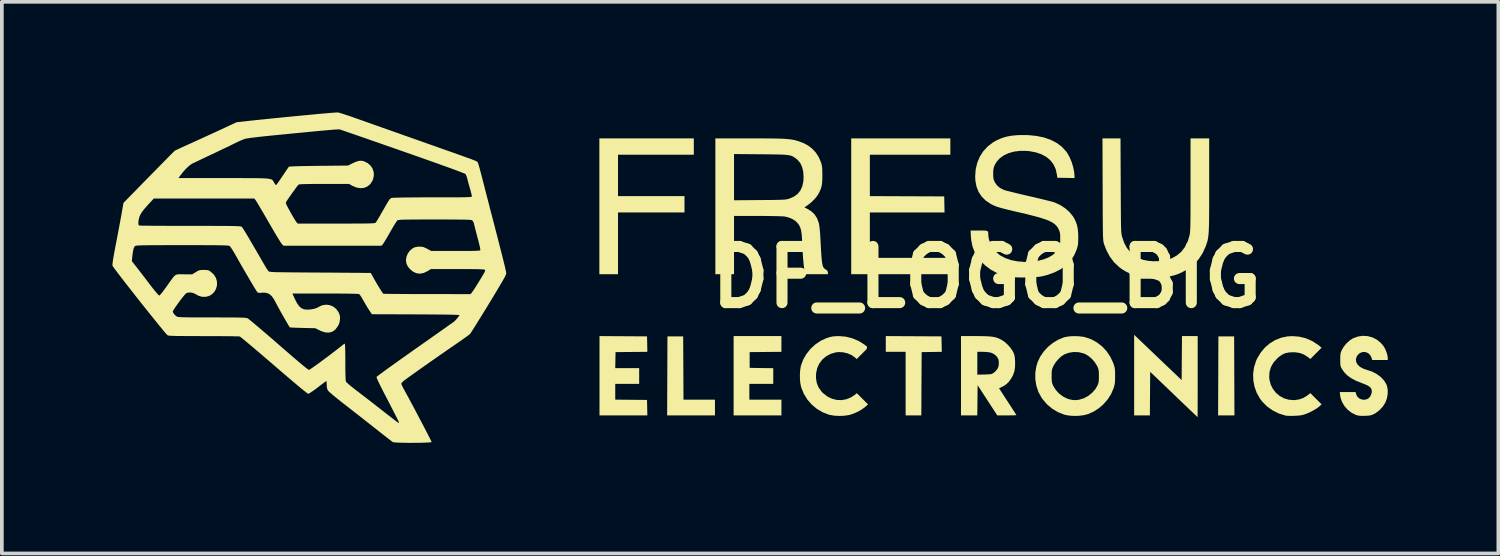
<source format=kicad_pcb>
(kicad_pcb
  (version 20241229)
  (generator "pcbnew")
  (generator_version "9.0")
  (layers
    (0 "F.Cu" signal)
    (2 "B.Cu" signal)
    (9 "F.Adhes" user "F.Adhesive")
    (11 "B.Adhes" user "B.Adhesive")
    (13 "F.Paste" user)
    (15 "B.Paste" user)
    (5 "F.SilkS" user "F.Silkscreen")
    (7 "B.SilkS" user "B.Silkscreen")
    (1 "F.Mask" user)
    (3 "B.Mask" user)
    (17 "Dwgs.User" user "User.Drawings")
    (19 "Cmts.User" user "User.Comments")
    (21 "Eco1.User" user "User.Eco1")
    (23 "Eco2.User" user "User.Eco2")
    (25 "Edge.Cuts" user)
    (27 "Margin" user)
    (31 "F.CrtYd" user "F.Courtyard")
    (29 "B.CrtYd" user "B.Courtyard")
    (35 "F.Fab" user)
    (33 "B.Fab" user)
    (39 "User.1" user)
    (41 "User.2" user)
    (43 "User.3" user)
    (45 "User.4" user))
  (footprint "DF_LOGO_BIG"
    (layer "F.Cu")
    (at 23.715 4.47)
    (property "Reference" "DF_LOGO_BIG" (at 0 0 0) (layer "F.SilkS") (effects (font (size 1.524 1.524) (thickness 0.3))))
    (attr board_only exclude_from_pos_files exclude_from_bom)
    (fp_poly (pts (xy 6.718 2.677) (xy 6.722 3.748) (xy 6.279 3.748) (xy 6.287 1.605) (xy 6.714 1.605)) (stroke (width 0) (type solid)) (fill yes) (layer "F.SilkS"))
    (fp_poly (pts (xy -8.224 3.321) (xy -7.37 3.321) (xy -7.37 3.748) (xy -8.667 3.748) (xy -8.663 2.677) (xy -8.659 1.605) (xy -8.232 1.605)) (stroke (width 0) (type solid)) (fill yes) (layer "F.SilkS"))
    (fp_poly (pts (xy -7.944 -3.323) (xy -10 -3.323) (xy -10 -2.2) (xy -8.197 -2.2) (xy -8.197 -1.757) (xy -10 -1.757) (xy -10 -0.081) (xy -10.506 -0.081) (xy -10.506 -3.766) (xy -7.944 -3.766)) (stroke (width 0) (type solid)) (fill yes) (layer "F.SilkS"))
    (fp_poly (pts (xy -1.981 1.601) (xy -1.226 1.605) (xy -1.221 1.814) (xy -1.217 2.024) (xy -1.763 2.032) (xy -1.768 2.89) (xy -1.772 3.748) (xy -2.198 3.748) (xy -2.198 2.024) (xy -2.736 2.024) (xy -2.736 1.597)) (stroke (width 0) (type solid)) (fill yes) (layer "F.SilkS"))
    (fp_poly (pts (xy -0.985 -3.323) (xy -3.168 -3.323) (xy -3.168 -2.2) (xy -1.151 -2.192) (xy -1.147 -1.975) (xy -1.142 -1.757) (xy -3.168 -1.757) (xy -3.168 -0.524) (xy -0.953 -0.524) (xy -0.953 -0.081) (xy -3.674 -0.081) (xy -3.674 -3.766) (xy -0.985 -3.766)) (stroke (width 0) (type solid)) (fill yes) (layer "F.SilkS"))
    (fp_poly (pts (xy -5.567 2.024) (xy -5.998 2.028) (xy -6.429 2.032) (xy -6.429 2.459) (xy -6.109 2.464) (xy -5.789 2.468) (xy -5.789 2.894) (xy -6.437 2.894) (xy -6.437 3.321) (xy -5.567 3.321) (xy -5.567 3.748) (xy -6.864 3.748) (xy -6.864 1.597) (xy -5.567 1.597)) (stroke (width 0) (type solid)) (fill yes) (layer "F.SilkS"))
    (fp_poly (pts (xy -9.857 1.601) (xy -9.213 1.605) (xy -9.208 1.815) (xy -9.204 2.024) (xy -9.635 2.028) (xy -10.067 2.032) (xy -10.071 2.25) (xy -10.075 2.467) (xy -9.426 2.467) (xy -9.426 2.894) (xy -10.075 2.894) (xy -10.075 3.321) (xy -9.644 3.325) (xy -9.213 3.329) (xy -9.204 3.748) (xy -10.502 3.748) (xy -10.502 1.597)) (stroke (width 0) (type solid)) (fill yes) (layer "F.SilkS"))
    (fp_poly (pts (xy 4.298 1.845) (xy 4.393 1.936) (xy 4.504 2.042) (xy 4.624 2.156) (xy 4.745 2.272) (xy 4.861 2.383) (xy 4.942 2.46) (xy 5.29 2.791) (xy 5.294 2.194) (xy 5.299 1.597) (xy 5.725 1.597) (xy 5.725 2.697) (xy 5.725 2.88) (xy 5.725 3.054) (xy 5.725 3.215) (xy 5.724 3.362) (xy 5.724 3.492) (xy 5.724 3.602) (xy 5.723 3.689) (xy 5.722 3.752) (xy 5.722 3.788) (xy 5.721 3.795) (xy 5.71 3.784) (xy 5.677 3.753) (xy 5.626 3.704) (xy 5.558 3.64) (xy 5.475 3.561) (xy 5.38 3.47) (xy 5.274 3.369) (xy 5.16 3.26) (xy 5.077 3.18) (xy 4.436 2.566) (xy 4.432 3.157) (xy 4.428 3.748) (xy 4.001 3.748) (xy 4.001 1.562)) (stroke (width 0) (type solid)) (fill yes) (layer "F.SilkS"))
    (fp_poly (pts (xy 8.477 1.612) (xy 8.655 1.655) (xy 8.824 1.728) (xy 8.985 1.83) (xy 9.039 1.873) (xy 9.086 1.912) (xy 8.934 2.065) (xy 8.781 2.218) (xy 8.707 2.161) (xy 8.606 2.097) (xy 8.501 2.057) (xy 8.383 2.038) (xy 8.311 2.035) (xy 8.192 2.042) (xy 8.093 2.064) (xy 8.004 2.107) (xy 7.916 2.172) (xy 7.882 2.203) (xy 7.782 2.314) (xy 7.713 2.434) (xy 7.674 2.563) (xy 7.665 2.702) (xy 7.672 2.779) (xy 7.706 2.912) (xy 7.766 3.032) (xy 7.848 3.136) (xy 7.95 3.222) (xy 8.066 3.285) (xy 8.194 3.323) (xy 8.33 3.334) (xy 8.367 3.332) (xy 8.485 3.313) (xy 8.586 3.277) (xy 8.682 3.22) (xy 8.697 3.209) (xy 8.782 3.144) (xy 9.086 3.45) (xy 9.015 3.513) (xy 8.949 3.562) (xy 8.862 3.614) (xy 8.765 3.664) (xy 8.668 3.706) (xy 8.58 3.735) (xy 8.555 3.741) (xy 8.498 3.75) (xy 8.423 3.756) (xy 8.338 3.76) (xy 8.254 3.762) (xy 8.178 3.76) (xy 8.122 3.756) (xy 8.106 3.753) (xy 7.924 3.696) (xy 7.757 3.613) (xy 7.608 3.507) (xy 7.48 3.379) (xy 7.417 3.297) (xy 7.328 3.141) (xy 7.267 2.973) (xy 7.234 2.799) (xy 7.229 2.622) (xy 7.253 2.446) (xy 7.306 2.276) (xy 7.337 2.206) (xy 7.433 2.047) (xy 7.549 1.908) (xy 7.683 1.793) (xy 7.832 1.703) (xy 7.993 1.64) (xy 8.165 1.605) (xy 8.286 1.598)) (stroke (width 0) (type solid)) (fill yes) (layer "F.SilkS"))
    (fp_poly (pts (xy -3.824 1.612) (xy -3.641 1.658) (xy -3.467 1.733) (xy -3.358 1.8) (xy -3.3 1.839) (xy -3.261 1.87) (xy -3.243 1.896) (xy -3.245 1.924) (xy -3.267 1.959) (xy -3.311 2.006) (xy -3.373 2.068) (xy -3.526 2.221) (xy -3.57 2.18) (xy -3.659 2.115) (xy -3.768 2.067) (xy -3.887 2.038) (xy -4.008 2.03) (xy -4.09 2.038) (xy -4.23 2.079) (xy -4.353 2.145) (xy -4.456 2.232) (xy -4.538 2.339) (xy -4.595 2.462) (xy -4.626 2.599) (xy -4.63 2.732) (xy -4.609 2.867) (xy -4.562 2.985) (xy -4.488 3.092) (xy -4.437 3.146) (xy -4.322 3.235) (xy -4.197 3.296) (xy -4.066 3.329) (xy -3.934 3.334) (xy -3.803 3.311) (xy -3.677 3.258) (xy -3.583 3.196) (xy -3.521 3.146) (xy -3.37 3.298) (xy -3.218 3.45) (xy -3.297 3.52) (xy -3.38 3.582) (xy -3.482 3.642) (xy -3.593 3.693) (xy -3.701 3.73) (xy -3.741 3.74) (xy -3.865 3.758) (xy -4 3.763) (xy -4.132 3.756) (xy -4.251 3.736) (xy -4.286 3.727) (xy -4.455 3.661) (xy -4.609 3.569) (xy -4.747 3.453) (xy -4.865 3.317) (xy -4.959 3.164) (xy -5.027 2.996) (xy -5.038 2.957) (xy -5.056 2.864) (xy -5.065 2.752) (xy -5.066 2.632) (xy -5.058 2.518) (xy -5.042 2.42) (xy -5.039 2.404) (xy -4.979 2.24) (xy -4.891 2.086) (xy -4.78 1.946) (xy -4.65 1.825) (xy -4.504 1.727) (xy -4.46 1.705) (xy -4.351 1.656) (xy -4.256 1.624) (xy -4.162 1.605) (xy -4.058 1.598) (xy -4.016 1.597)) (stroke (width 0) (type solid)) (fill yes) (layer "F.SilkS"))
    (fp_poly (pts (xy -0.15 1.598) (xy -0.029 1.601) (xy 0.069 1.606) (xy 0.15 1.614) (xy 0.217 1.626) (xy 0.277 1.642) (xy 0.333 1.664) (xy 0.39 1.691) (xy 0.399 1.696) (xy 0.48 1.749) (xy 0.563 1.822) (xy 0.639 1.906) (xy 0.699 1.991) (xy 0.723 2.035) (xy 0.744 2.087) (xy 0.758 2.139) (xy 0.766 2.202) (xy 0.772 2.286) (xy 0.772 2.29) (xy 0.771 2.428) (xy 0.754 2.546) (xy 0.718 2.652) (xy 0.665 2.748) (xy 0.602 2.835) (xy 0.538 2.899) (xy 0.466 2.949) (xy 0.423 2.971) (xy 0.336 3.013) (xy 0.571 3.374) (xy 0.633 3.469) (xy 0.689 3.555) (xy 0.736 3.629) (xy 0.773 3.687) (xy 0.797 3.726) (xy 0.807 3.742) (xy 0.807 3.742) (xy 0.792 3.744) (xy 0.75 3.746) (xy 0.688 3.747) (xy 0.609 3.748) (xy 0.547 3.748) (xy 0.288 3.748) (xy -0.245 2.93) (xy -0.249 3.339) (xy -0.254 3.748) (xy -0.696 3.748) (xy -0.696 2.643) (xy -0.253 2.643) (xy -0.075 2.64) (xy 0.001 2.638) (xy 0.068 2.633) (xy 0.119 2.628) (xy 0.142 2.622) (xy 0.193 2.593) (xy 0.246 2.545) (xy 0.29 2.491) (xy 0.31 2.456) (xy 0.327 2.39) (xy 0.331 2.312) (xy 0.322 2.239) (xy 0.315 2.219) (xy 0.275 2.152) (xy 0.213 2.094) (xy 0.138 2.054) (xy 0.12 2.048) (xy 0.064 2.036) (xy -0.011 2.028) (xy -0.092 2.024) (xy -0.106 2.024) (xy -0.253 2.024) (xy -0.253 2.643) (xy -0.696 2.643) (xy -0.696 1.597) (xy -0.298 1.597)) (stroke (width 0) (type solid)) (fill yes) (layer "F.SilkS"))
    (fp_poly (pts (xy 10.336 1.598) (xy 10.466 1.633) (xy 10.587 1.695) (xy 10.693 1.782) (xy 10.771 1.875) (xy 10.808 1.94) (xy 10.841 2.019) (xy 10.867 2.099) (xy 10.88 2.169) (xy 10.881 2.19) (xy 10.881 2.246) (xy 10.457 2.246) (xy 10.446 2.199) (xy 10.417 2.131) (xy 10.365 2.073) (xy 10.327 2.048) (xy 10.254 2.027) (xy 10.181 2.033) (xy 10.113 2.066) (xy 10.057 2.122) (xy 10.038 2.155) (xy 10.016 2.23) (xy 10.025 2.302) (xy 10.061 2.369) (xy 10.123 2.428) (xy 10.209 2.478) (xy 10.316 2.515) (xy 10.322 2.517) (xy 10.458 2.562) (xy 10.582 2.627) (xy 10.69 2.707) (xy 10.778 2.799) (xy 10.84 2.899) (xy 10.859 2.945) (xy 10.88 3.052) (xy 10.879 3.171) (xy 10.857 3.29) (xy 10.818 3.395) (xy 10.748 3.508) (xy 10.656 3.607) (xy 10.551 3.687) (xy 10.507 3.711) (xy 10.458 3.733) (xy 10.413 3.747) (xy 10.36 3.755) (xy 10.291 3.759) (xy 10.257 3.76) (xy 10.168 3.761) (xy 10.102 3.756) (xy 10.047 3.745) (xy 10.018 3.736) (xy 9.902 3.679) (xy 9.797 3.598) (xy 9.709 3.499) (xy 9.642 3.386) (xy 9.599 3.265) (xy 9.589 3.203) (xy 9.58 3.116) (xy 10.008 3.116) (xy 10.019 3.159) (xy 10.049 3.231) (xy 10.101 3.283) (xy 10.143 3.306) (xy 10.224 3.326) (xy 10.303 3.314) (xy 10.356 3.288) (xy 10.396 3.248) (xy 10.428 3.19) (xy 10.447 3.127) (xy 10.448 3.077) (xy 10.436 3.033) (xy 10.415 2.997) (xy 10.382 2.966) (xy 10.332 2.936) (xy 10.259 2.904) (xy 10.174 2.871) (xy 10.02 2.809) (xy 9.895 2.743) (xy 9.792 2.671) (xy 9.709 2.589) (xy 9.641 2.495) (xy 9.635 2.484) (xy 9.616 2.449) (xy 9.603 2.417) (xy 9.596 2.379) (xy 9.593 2.327) (xy 9.592 2.253) (xy 9.592 2.238) (xy 9.593 2.157) (xy 9.596 2.1) (xy 9.604 2.055) (xy 9.617 2.015) (xy 9.635 1.973) (xy 9.689 1.882) (xy 9.763 1.793) (xy 9.848 1.716) (xy 9.934 1.66) (xy 9.934 1.66) (xy 10.066 1.61) (xy 10.201 1.59)) (stroke (width 0) (type solid)) (fill yes) (layer "F.SilkS"))
    (fp_poly (pts (xy 2.502 1.602) (xy 2.623 1.617) (xy 2.679 1.629) (xy 2.844 1.687) (xy 2.998 1.773) (xy 3.138 1.883) (xy 3.259 2.014) (xy 3.359 2.165) (xy 3.435 2.33) (xy 3.442 2.349) (xy 3.46 2.406) (xy 3.473 2.455) (xy 3.48 2.507) (xy 3.484 2.568) (xy 3.485 2.65) (xy 3.485 2.681) (xy 3.484 2.772) (xy 3.481 2.841) (xy 3.474 2.897) (xy 3.462 2.95) (xy 3.445 3.008) (xy 3.443 3.013) (xy 3.377 3.167) (xy 3.286 3.311) (xy 3.173 3.441) (xy 3.044 3.554) (xy 2.902 3.646) (xy 2.751 3.712) (xy 2.649 3.74) (xy 2.524 3.758) (xy 2.389 3.763) (xy 2.256 3.756) (xy 2.137 3.736) (xy 2.103 3.727) (xy 1.934 3.66) (xy 1.777 3.566) (xy 1.636 3.447) (xy 1.515 3.305) (xy 1.484 3.26) (xy 1.402 3.107) (xy 1.347 2.941) (xy 1.32 2.767) (xy 1.32 2.68) (xy 1.763 2.68) (xy 1.764 2.761) (xy 1.768 2.819) (xy 1.775 2.863) (xy 1.788 2.904) (xy 1.806 2.946) (xy 1.875 3.058) (xy 1.967 3.158) (xy 2.076 3.239) (xy 2.195 3.297) (xy 2.254 3.315) (xy 2.338 3.331) (xy 2.413 3.334) (xy 2.497 3.325) (xy 2.516 3.321) (xy 2.639 3.283) (xy 2.757 3.219) (xy 2.862 3.135) (xy 2.95 3.035) (xy 3.002 2.946) (xy 3.021 2.902) (xy 3.034 2.862) (xy 3.041 2.817) (xy 3.044 2.758) (xy 3.045 2.68) (xy 3.044 2.602) (xy 3.041 2.546) (xy 3.034 2.503) (xy 3.022 2.463) (xy 3.001 2.419) (xy 2.993 2.401) (xy 2.933 2.305) (xy 2.855 2.215) (xy 2.765 2.138) (xy 2.672 2.083) (xy 2.646 2.072) (xy 2.509 2.035) (xy 2.368 2.028) (xy 2.23 2.049) (xy 2.103 2.096) (xy 2.026 2.147) (xy 1.948 2.219) (xy 1.876 2.304) (xy 1.82 2.392) (xy 1.814 2.404) (xy 1.792 2.451) (xy 1.777 2.491) (xy 1.769 2.532) (xy 1.765 2.583) (xy 1.763 2.654) (xy 1.763 2.68) (xy 1.32 2.68) (xy 1.32 2.59) (xy 1.349 2.415) (xy 1.384 2.299) (xy 1.454 2.153) (xy 1.549 2.015) (xy 1.664 1.89) (xy 1.795 1.783) (xy 1.937 1.697) (xy 2.084 1.636) (xy 2.137 1.622) (xy 2.246 1.604) (xy 2.372 1.598)) (stroke (width 0) (type solid)) (fill yes) (layer "F.SilkS"))
    (fp_poly (pts (xy 3.637 -2.489) (xy 3.638 -2.258) (xy 3.639 -2.056) (xy 3.64 -1.881) (xy 3.641 -1.732) (xy 3.642 -1.605) (xy 3.643 -1.499) (xy 3.645 -1.411) (xy 3.647 -1.339) (xy 3.649 -1.28) (xy 3.652 -1.233) (xy 3.656 -1.196) (xy 3.659 -1.166) (xy 3.664 -1.14) (xy 3.669 -1.117) (xy 3.675 -1.095) (xy 3.676 -1.09) (xy 3.73 -0.933) (xy 3.799 -0.802) (xy 3.885 -0.692) (xy 3.99 -0.599) (xy 4.035 -0.568) (xy 4.141 -0.51) (xy 4.256 -0.469) (xy 4.387 -0.444) (xy 4.511 -0.433) (xy 4.702 -0.436) (xy 4.875 -0.464) (xy 5.031 -0.517) (xy 5.167 -0.595) (xy 5.284 -0.695) (xy 5.379 -0.819) (xy 5.453 -0.964) (xy 5.503 -1.131) (xy 5.506 -1.144) (xy 5.511 -1.17) (xy 5.515 -1.201) (xy 5.518 -1.239) (xy 5.521 -1.287) (xy 5.524 -1.347) (xy 5.526 -1.42) (xy 5.527 -1.51) (xy 5.529 -1.618) (xy 5.53 -1.746) (xy 5.53 -1.897) (xy 5.531 -2.073) (xy 5.531 -2.276) (xy 5.531 -2.509) (xy 5.531 -3.766) (xy 6.037 -3.766) (xy 6.037 -2.503) (xy 6.037 -2.259) (xy 6.037 -2.046) (xy 6.036 -1.859) (xy 6.035 -1.697) (xy 6.034 -1.557) (xy 6.032 -1.437) (xy 6.029 -1.336) (xy 6.025 -1.249) (xy 6.02 -1.176) (xy 6.014 -1.114) (xy 6.006 -1.061) (xy 5.997 -1.014) (xy 5.987 -0.97) (xy 5.974 -0.929) (xy 5.96 -0.887) (xy 5.944 -0.842) (xy 5.943 -0.838) (xy 5.86 -0.655) (xy 5.754 -0.492) (xy 5.625 -0.351) (xy 5.472 -0.231) (xy 5.299 -0.133) (xy 5.195 -0.088) (xy 5.095 -0.053) (xy 4.991 -0.028) (xy 4.877 -0.01) (xy 4.745 0.001) (xy 4.59 0.007) (xy 4.477 0.009) (xy 4.388 0.008) (xy 4.318 0.005) (xy 4.259 -0.001) (xy 4.204 -0.01) (xy 4.179 -0.015) (xy 4.022 -0.055) (xy 3.888 -0.101) (xy 3.771 -0.156) (xy 3.663 -0.223) (xy 3.593 -0.276) (xy 3.458 -0.404) (xy 3.343 -0.556) (xy 3.249 -0.731) (xy 3.186 -0.895) (xy 3.18 -0.915) (xy 3.175 -0.934) (xy 3.17 -0.956) (xy 3.166 -0.981) (xy 3.163 -1.012) (xy 3.16 -1.051) (xy 3.157 -1.101) (xy 3.155 -1.163) (xy 3.154 -1.24) (xy 3.152 -1.333) (xy 3.151 -1.445) (xy 3.15 -1.577) (xy 3.149 -1.733) (xy 3.148 -1.914) (xy 3.148 -2.122) (xy 3.147 -2.359) (xy 3.147 -2.386) (xy 3.142 -3.766) (xy 3.631 -3.766)) (stroke (width 0) (type solid)) (fill yes) (layer "F.SilkS"))
    (fp_poly (pts (xy -6.43 -3.766) (xy -6.213 -3.765) (xy -6.025 -3.765) (xy -5.863 -3.764) (xy -5.724 -3.762) (xy -5.606 -3.759) (xy -5.506 -3.755) (xy -5.421 -3.749) (xy -5.349 -3.742) (xy -5.286 -3.734) (xy -5.23 -3.723) (xy -5.178 -3.711) (xy -5.127 -3.697) (xy -5.077 -3.68) (xy -4.95 -3.63) (xy -4.843 -3.571) (xy -4.744 -3.495) (xy -4.726 -3.479) (xy -4.631 -3.377) (xy -4.556 -3.26) (xy -4.499 -3.129) (xy -4.483 -3.082) (xy -4.472 -3.039) (xy -4.465 -2.994) (xy -4.46 -2.939) (xy -4.458 -2.868) (xy -4.457 -2.772) (xy -4.457 -2.769) (xy -4.458 -2.656) (xy -4.463 -2.566) (xy -4.473 -2.492) (xy -4.489 -2.426) (xy -4.514 -2.36) (xy -4.548 -2.286) (xy -4.553 -2.277) (xy -4.601 -2.201) (xy -4.668 -2.119) (xy -4.748 -2.04) (xy -4.832 -1.971) (xy -4.849 -1.959) (xy -4.944 -1.895) (xy -4.866 -1.856) (xy -4.754 -1.786) (xy -4.667 -1.703) (xy -4.602 -1.602) (xy -4.555 -1.477) (xy -4.552 -1.463) (xy -4.543 -1.417) (xy -4.533 -1.345) (xy -4.524 -1.256) (xy -4.516 -1.156) (xy -4.511 -1.069) (xy -4.501 -0.89) (xy -4.493 -0.74) (xy -4.485 -0.616) (xy -4.477 -0.515) (xy -4.469 -0.434) (xy -4.46 -0.371) (xy -4.45 -0.323) (xy -4.438 -0.287) (xy -4.424 -0.26) (xy -4.406 -0.24) (xy -4.386 -0.223) (xy -4.362 -0.207) (xy -4.36 -0.206) (xy -4.322 -0.176) (xy -4.307 -0.142) (xy -4.306 -0.127) (xy -4.306 -0.081) (xy -4.921 -0.081) (xy -4.937 -0.156) (xy -4.952 -0.245) (xy -4.966 -0.363) (xy -4.979 -0.508) (xy -4.99 -0.677) (xy -5 -0.868) (xy -5.001 -0.895) (xy -5.008 -1.029) (xy -5.015 -1.136) (xy -5.025 -1.221) (xy -5.038 -1.289) (xy -5.055 -1.344) (xy -5.077 -1.392) (xy -5.105 -1.438) (xy -5.12 -1.459) (xy -5.187 -1.526) (xy -5.278 -1.583) (xy -5.386 -1.625) (xy -5.477 -1.646) (xy -5.516 -1.65) (xy -5.583 -1.653) (xy -5.673 -1.656) (xy -5.783 -1.658) (xy -5.909 -1.66) (xy -6.046 -1.662) (xy -6.192 -1.662) (xy -6.216 -1.662) (xy -6.853 -1.662) (xy -6.853 -0.081) (xy -7.359 -0.081) (xy -7.359 -3.341) (xy -6.853 -3.341) (xy -6.853 -2.087) (xy -6.153 -2.093) (xy -5.985 -2.094) (xy -5.846 -2.095) (xy -5.732 -2.097) (xy -5.641 -2.099) (xy -5.568 -2.101) (xy -5.511 -2.104) (xy -5.466 -2.107) (xy -5.431 -2.112) (xy -5.402 -2.118) (xy -5.376 -2.124) (xy -5.349 -2.133) (xy -5.347 -2.134) (xy -5.224 -2.188) (xy -5.125 -2.262) (xy -5.051 -2.355) (xy -5 -2.469) (xy -4.972 -2.604) (xy -4.966 -2.714) (xy -4.976 -2.865) (xy -5.007 -2.993) (xy -5.058 -3.1) (xy -5.132 -3.186) (xy -5.172 -3.219) (xy -5.206 -3.243) (xy -5.238 -3.264) (xy -5.269 -3.281) (xy -5.304 -3.295) (xy -5.346 -3.306) (xy -5.396 -3.314) (xy -5.459 -3.321) (xy -5.537 -3.326) (xy -5.634 -3.329) (xy -5.752 -3.331) (xy -5.895 -3.333) (xy -6.065 -3.335) (xy -6.129 -3.335) (xy -6.853 -3.341) (xy -7.359 -3.341) (xy -7.359 -3.766)) (stroke (width 0) (type solid)) (fill yes) (layer "F.SilkS"))
    (fp_poly (pts (xy 1.125 -3.855) (xy 1.348 -3.833) (xy 1.552 -3.791) (xy 1.735 -3.728) (xy 1.896 -3.645) (xy 2.034 -3.543) (xy 2.149 -3.422) (xy 2.187 -3.369) (xy 2.251 -3.255) (xy 2.306 -3.124) (xy 2.348 -2.985) (xy 2.375 -2.85) (xy 2.384 -2.741) (xy 2.384 -2.689) (xy 2.15 -2.694) (xy 1.917 -2.698) (xy 1.906 -2.785) (xy 1.873 -2.931) (xy 1.814 -3.059) (xy 1.73 -3.17) (xy 1.622 -3.262) (xy 1.489 -3.334) (xy 1.334 -3.387) (xy 1.157 -3.42) (xy 1.076 -3.427) (xy 0.904 -3.428) (xy 0.743 -3.407) (xy 0.597 -3.366) (xy 0.468 -3.306) (xy 0.359 -3.229) (xy 0.273 -3.135) (xy 0.223 -3.05) (xy 0.2 -2.995) (xy 0.187 -2.946) (xy 0.18 -2.891) (xy 0.178 -2.817) (xy 0.178 -2.809) (xy 0.179 -2.735) (xy 0.184 -2.681) (xy 0.195 -2.636) (xy 0.215 -2.59) (xy 0.221 -2.578) (xy 0.279 -2.492) (xy 0.362 -2.422) (xy 0.469 -2.368) (xy 0.5 -2.358) (xy 0.558 -2.342) (xy 0.639 -2.322) (xy 0.74 -2.297) (xy 0.856 -2.268) (xy 0.985 -2.238) (xy 1.121 -2.206) (xy 1.153 -2.199) (xy 1.291 -2.167) (xy 1.422 -2.136) (xy 1.542 -2.107) (xy 1.648 -2.081) (xy 1.736 -2.059) (xy 1.801 -2.041) (xy 1.84 -2.03) (xy 1.844 -2.028) (xy 1.993 -1.959) (xy 2.128 -1.872) (xy 2.244 -1.77) (xy 2.337 -1.658) (xy 2.378 -1.591) (xy 2.423 -1.496) (xy 2.454 -1.403) (xy 2.473 -1.302) (xy 2.483 -1.185) (xy 2.485 -1.085) (xy 2.484 -0.994) (xy 2.481 -0.925) (xy 2.474 -0.87) (xy 2.462 -0.818) (xy 2.445 -0.761) (xy 2.442 -0.752) (xy 2.373 -0.591) (xy 2.278 -0.449) (xy 2.157 -0.325) (xy 2.011 -0.218) (xy 1.838 -0.13) (xy 1.639 -0.059) (xy 1.506 -0.025) (xy 1.433 -0.013) (xy 1.336 -0.004) (xy 1.223 0.003) (xy 1.101 0.007) (xy 0.977 0.008) (xy 0.858 0.006) (xy 0.754 0.001) (xy 0.67 -0.007) (xy 0.657 -0.009) (xy 0.452 -0.054) (xy 0.269 -0.12) (xy 0.106 -0.209) (xy -0.042 -0.321) (xy -0.126 -0.402) (xy -0.241 -0.541) (xy -0.327 -0.685) (xy -0.386 -0.841) (xy -0.419 -1.012) (xy -0.427 -1.105) (xy -0.436 -1.267) (xy -0.206 -1.267) (xy -0.112 -1.267) (xy -0.046 -1.265) (xy -0.002 -1.259) (xy 0.025 -1.248) (xy 0.038 -1.229) (xy 0.043 -1.2) (xy 0.043 -1.16) (xy 0.043 -1.159) (xy 0.058 -1.04) (xy 0.099 -0.919) (xy 0.163 -0.802) (xy 0.246 -0.697) (xy 0.343 -0.609) (xy 0.376 -0.586) (xy 0.512 -0.516) (xy 0.668 -0.463) (xy 0.838 -0.43) (xy 1.017 -0.415) (xy 1.198 -0.418) (xy 1.375 -0.441) (xy 1.544 -0.484) (xy 1.666 -0.531) (xy 1.782 -0.596) (xy 1.872 -0.673) (xy 1.939 -0.764) (xy 1.952 -0.79) (xy 1.972 -0.834) (xy 1.985 -0.874) (xy 1.993 -0.918) (xy 1.996 -0.977) (xy 1.996 -1.045) (xy 1.995 -1.123) (xy 1.992 -1.179) (xy 1.984 -1.222) (xy 1.97 -1.262) (xy 1.951 -1.304) (xy 1.923 -1.354) (xy 1.888 -1.4) (xy 1.845 -1.441) (xy 1.791 -1.48) (xy 1.723 -1.516) (xy 1.639 -1.552) (xy 1.537 -1.588) (xy 1.413 -1.626) (xy 1.266 -1.665) (xy 1.093 -1.709) (xy 0.891 -1.756) (xy 0.887 -1.757) (xy 0.728 -1.794) (xy 0.596 -1.826) (xy 0.488 -1.853) (xy 0.4 -1.876) (xy 0.328 -1.897) (xy 0.269 -1.916) (xy 0.219 -1.935) (xy 0.174 -1.955) (xy 0.13 -1.978) (xy 0.106 -1.991) (xy -0.028 -2.081) (xy -0.137 -2.19) (xy -0.22 -2.317) (xy -0.276 -2.461) (xy -0.306 -2.623) (xy -0.311 -2.738) (xy -0.297 -2.929) (xy -0.254 -3.107) (xy -0.185 -3.271) (xy -0.09 -3.419) (xy 0.03 -3.548) (xy 0.173 -3.658) (xy 0.276 -3.716) (xy 0.404 -3.772) (xy 0.537 -3.813) (xy 0.682 -3.84) (xy 0.848 -3.854) (xy 0.884 -3.856)) (stroke (width 0) (type solid)) (fill yes) (layer "F.SilkS"))
    (fp_poly (pts (xy -17.603 -4.47) (xy -17.57 -4.463) (xy -17.512 -4.446) (xy -17.433 -4.421) (xy -17.337 -4.39) (xy -17.23 -4.354) (xy -17.115 -4.313) (xy -17.081 -4.301) (xy -16.996 -4.271) (xy -16.884 -4.231) (xy -16.748 -4.183) (xy -16.593 -4.128) (xy -16.42 -4.067) (xy -16.234 -4.001) (xy -16.037 -3.932) (xy -15.833 -3.859) (xy -15.625 -3.786) (xy -15.416 -3.712) (xy -15.317 -3.677) (xy -15.073 -3.591) (xy -14.857 -3.514) (xy -14.667 -3.447) (xy -14.501 -3.389) (xy -14.359 -3.338) (xy -14.237 -3.295) (xy -14.136 -3.258) (xy -14.051 -3.228) (xy -13.983 -3.203) (xy -13.929 -3.182) (xy -13.888 -3.166) (xy -13.857 -3.153) (xy -13.836 -3.142) (xy -13.822 -3.134) (xy -13.813 -3.127) (xy -13.808 -3.121) (xy -13.806 -3.115) (xy -13.804 -3.109) (xy -13.801 -3.103) (xy -13.791 -3.074) (xy -13.774 -3.021) (xy -13.753 -2.948) (xy -13.73 -2.861) (xy -13.705 -2.768) (xy -13.683 -2.683) (xy -13.655 -2.574) (xy -13.622 -2.445) (xy -13.586 -2.304) (xy -13.547 -2.154) (xy -13.508 -2.003) (xy -13.475 -1.874) (xy -13.404 -1.602) (xy -13.341 -1.358) (xy -13.285 -1.142) (xy -13.236 -0.952) (xy -13.194 -0.786) (xy -13.157 -0.643) (xy -13.126 -0.52) (xy -13.101 -0.417) (xy -13.08 -0.332) (xy -13.063 -0.263) (xy -13.051 -0.208) (xy -13.042 -0.166) (xy -13.036 -0.136) (xy -13.033 -0.115) (xy -13.032 -0.105) (xy -13.035 -0.088) (xy -13.045 -0.062) (xy -13.062 -0.025) (xy -13.089 0.026) (xy -13.125 0.091) (xy -13.173 0.173) (xy -13.233 0.274) (xy -13.306 0.396) (xy -13.393 0.541) (xy -13.497 0.711) (xy -13.508 0.73) (xy -13.596 0.874) (xy -13.68 1.01) (xy -13.758 1.136) (xy -13.829 1.25) (xy -13.891 1.349) (xy -13.943 1.431) (xy -13.982 1.492) (xy -14.009 1.531) (xy -14.018 1.544) (xy -14.04 1.561) (xy -14.084 1.594) (xy -14.147 1.639) (xy -14.225 1.694) (xy -14.315 1.757) (xy -14.413 1.825) (xy -14.44 1.843) (xy -14.559 1.926) (xy -14.687 2.014) (xy -14.821 2.107) (xy -14.957 2.202) (xy -15.093 2.297) (xy -15.226 2.39) (xy -15.352 2.48) (xy -15.469 2.563) (xy -15.574 2.637) (xy -15.664 2.702) (xy -15.737 2.754) (xy -15.788 2.792) (xy -15.812 2.81) (xy -15.849 2.845) (xy -15.874 2.876) (xy -15.879 2.89) (xy -15.872 2.913) (xy -15.851 2.957) (xy -15.822 3.016) (xy -15.785 3.083) (xy -15.784 3.085) (xy -15.741 3.164) (xy -15.689 3.258) (xy -15.632 3.365) (xy -15.569 3.482) (xy -15.504 3.604) (xy -15.438 3.73) (xy -15.372 3.855) (xy -15.307 3.977) (xy -15.247 4.093) (xy -15.192 4.199) (xy -15.144 4.292) (xy -15.105 4.368) (xy -15.077 4.426) (xy -15.06 4.461) (xy -15.057 4.47) (xy -15.072 4.476) (xy -15.114 4.481) (xy -15.179 4.485) (xy -15.262 4.488) (xy -15.359 4.491) (xy -15.465 4.492) (xy -15.576 4.493) (xy -15.687 4.493) (xy -15.794 4.491) (xy -15.892 4.489) (xy -15.977 4.486) (xy -16.045 4.482) (xy -16.09 4.477) (xy -16.108 4.473) (xy -16.128 4.459) (xy -16.169 4.427) (xy -16.229 4.382) (xy -16.303 4.323) (xy -16.39 4.256) (xy -16.485 4.181) (xy -16.543 4.135) (xy -16.661 4.042) (xy -16.796 3.936) (xy -16.942 3.821) (xy -17.091 3.705) (xy -17.235 3.592) (xy -17.368 3.489) (xy -17.397 3.466) (xy -17.53 3.362) (xy -17.642 3.272) (xy -17.735 3.196) (xy -17.805 3.136) (xy -17.852 3.092) (xy -17.875 3.065) (xy -17.876 3.064) (xy -17.896 3.001) (xy -17.903 2.914) (xy -17.903 2.914) (xy -17.905 2.863) (xy -17.908 2.827) (xy -17.912 2.815) (xy -17.926 2.824) (xy -17.962 2.85) (xy -18.014 2.889) (xy -18.079 2.938) (xy -18.145 2.989) (xy -18.219 3.045) (xy -18.287 3.093) (xy -18.344 3.131) (xy -18.384 3.155) (xy -18.403 3.163) (xy -18.422 3.152) (xy -18.464 3.121) (xy -18.528 3.07) (xy -18.615 3) (xy -18.723 2.91) (xy -18.851 2.802) (xy -19 2.675) (xy -19.168 2.531) (xy -19.331 2.39) (xy -19.476 2.265) (xy -19.614 2.147) (xy -19.745 2.035) (xy -19.865 1.933) (xy -19.973 1.842) (xy -20.067 1.764) (xy -20.145 1.699) (xy -20.204 1.651) (xy -20.244 1.62) (xy -20.262 1.608) (xy -20.262 1.608) (xy -20.285 1.606) (xy -20.336 1.604) (xy -20.412 1.603) (xy -20.512 1.601) (xy -20.632 1.6) (xy -20.769 1.599) (xy -20.92 1.598) (xy -21.082 1.598) (xy -21.237 1.598) (xy -21.438 1.597) (xy -21.61 1.597) (xy -21.755 1.596) (xy -21.875 1.595) (xy -21.972 1.594) (xy -22.05 1.592) (xy -22.11 1.59) (xy -22.155 1.587) (xy -22.187 1.583) (xy -22.208 1.579) (xy -22.219 1.575) (xy -22.236 1.559) (xy -22.271 1.52) (xy -22.321 1.461) (xy -22.384 1.384) (xy -22.46 1.292) (xy -22.545 1.187) (xy -22.639 1.071) (xy -22.738 0.947) (xy -22.841 0.818) (xy -22.947 0.685) (xy -23.053 0.551) (xy -23.157 0.418) (xy -23.258 0.289) (xy -23.354 0.167) (xy -23.442 0.053) (xy -23.521 -0.05) (xy -23.589 -0.139) (xy -23.644 -0.213) (xy -23.684 -0.268) (xy -23.708 -0.303) (xy -23.713 -0.313) (xy -23.715 -0.336) (xy -23.711 -0.38) (xy -23.704 -0.435) (xy -23.188 -0.435) (xy -23.057 -0.269) (xy -23.008 -0.206) (xy -22.945 -0.124) (xy -22.872 -0.03) (xy -22.796 0.07) (xy -22.721 0.168) (xy -22.699 0.198) (xy -22.633 0.283) (xy -22.573 0.358) (xy -22.521 0.421) (xy -22.48 0.467) (xy -22.454 0.493) (xy -22.446 0.498) (xy -22.429 0.486) (xy -22.397 0.451) (xy -22.353 0.397) (xy -22.301 0.327) (xy -22.242 0.246) (xy -22.241 0.245) (xy -22.172 0.146) (xy -22.117 0.07) (xy -22.075 0.013) (xy -22.04 -0.028) (xy -22.008 -0.055) (xy -21.976 -0.071) (xy -21.939 -0.078) (xy -21.894 -0.08) (xy -21.836 -0.08) (xy -21.775 -0.079) (xy -21.55 -0.079) (xy -21.454 -0.138) (xy -21.402 -0.169) (xy -21.361 -0.187) (xy -21.318 -0.195) (xy -21.26 -0.198) (xy -21.238 -0.198) (xy -21.173 -0.196) (xy -21.128 -0.191) (xy -21.093 -0.178) (xy -21.055 -0.154) (xy -21.049 -0.15) (xy -20.966 -0.074) (xy -20.909 0.015) (xy -20.88 0.113) (xy -20.878 0.215) (xy -20.905 0.316) (xy -20.942 0.385) (xy -21.008 0.458) (xy -21.09 0.508) (xy -21.183 0.532) (xy -21.282 0.531) (xy -21.381 0.503) (xy -21.465 0.456) (xy -21.527 0.427) (xy -21.6 0.414) (xy -21.671 0.419) (xy -21.71 0.432) (xy -21.732 0.452) (xy -21.767 0.491) (xy -21.812 0.546) (xy -21.863 0.612) (xy -21.915 0.682) (xy -21.966 0.753) (xy -22.012 0.818) (xy -22.048 0.874) (xy -22.072 0.914) (xy -22.079 0.933) (xy -22.068 0.963) (xy -22.04 1.002) (xy -22.003 1.041) (xy -21.967 1.068) (xy -21.965 1.069) (xy -21.951 1.074) (xy -21.927 1.078) (xy -21.892 1.081) (xy -21.842 1.084) (xy -21.776 1.087) (xy -21.692 1.088) (xy -21.586 1.09) (xy -21.456 1.09) (xy -21.301 1.091) (xy -21.118 1.091) (xy -21.01 1.091) (xy -20.815 1.091) (xy -20.648 1.092) (xy -20.509 1.092) (xy -20.393 1.093) (xy -20.299 1.094) (xy -20.224 1.096) (xy -20.166 1.098) (xy -20.122 1.101) (xy -20.09 1.105) (xy -20.067 1.109) (xy -20.051 1.114) (xy -20.046 1.116) (xy -20.025 1.131) (xy -19.982 1.165) (xy -19.92 1.216) (xy -19.841 1.282) (xy -19.746 1.362) (xy -19.639 1.454) (xy -19.52 1.555) (xy -19.392 1.665) (xy -19.258 1.782) (xy -19.205 1.828) (xy -19.024 1.985) (xy -18.866 2.122) (xy -18.729 2.239) (xy -18.615 2.336) (xy -18.523 2.412) (xy -18.454 2.467) (xy -18.408 2.501) (xy -18.385 2.515) (xy -18.383 2.515) (xy -18.365 2.505) (xy -18.324 2.479) (xy -18.266 2.439) (xy -18.193 2.387) (xy -18.108 2.326) (xy -18.016 2.258) (xy -17.919 2.186) (xy -17.82 2.112) (xy -17.725 2.039) (xy -17.635 1.97) (xy -17.554 1.907) (xy -17.486 1.852) (xy -17.471 1.84) (xy -17.438 1.816) (xy -17.414 1.803) (xy -17.412 1.803) (xy -17.408 1.818) (xy -17.404 1.862) (xy -17.402 1.932) (xy -17.399 2.026) (xy -17.398 2.139) (xy -17.397 2.27) (xy -17.397 2.3) (xy -17.397 2.464) (xy -17.395 2.598) (xy -17.392 2.703) (xy -17.388 2.779) (xy -17.383 2.823) (xy -17.38 2.834) (xy -17.363 2.853) (xy -17.324 2.889) (xy -17.268 2.937) (xy -17.196 2.995) (xy -17.113 3.06) (xy -17.036 3.119) (xy -16.93 3.2) (xy -16.808 3.294) (xy -16.676 3.396) (xy -16.544 3.499) (xy -16.418 3.597) (xy -16.338 3.66) (xy -16.244 3.733) (xy -16.158 3.8) (xy -16.083 3.857) (xy -16.022 3.904) (xy -15.979 3.936) (xy -15.956 3.951) (xy -15.954 3.953) (xy -15.943 3.942) (xy -15.942 3.936) (xy -15.949 3.918) (xy -15.97 3.876) (xy -16.002 3.811) (xy -16.044 3.728) (xy -16.095 3.628) (xy -16.153 3.516) (xy -16.216 3.393) (xy -16.252 3.324) (xy -16.333 3.169) (xy -16.399 3.04) (xy -16.452 2.934) (xy -16.493 2.851) (xy -16.522 2.788) (xy -16.54 2.744) (xy -16.549 2.716) (xy -16.549 2.703) (xy -16.534 2.69) (xy -16.495 2.66) (xy -16.434 2.615) (xy -16.354 2.556) (xy -16.255 2.484) (xy -16.141 2.402) (xy -16.012 2.31) (xy -15.871 2.209) (xy -15.721 2.103) (xy -15.562 1.991) (xy -15.509 1.953) (xy -15.347 1.839) (xy -15.193 1.731) (xy -15.047 1.628) (xy -14.913 1.534) (xy -14.791 1.448) (xy -14.685 1.373) (xy -14.596 1.31) (xy -14.526 1.261) (xy -14.477 1.226) (xy -14.451 1.208) (xy -14.448 1.206) (xy -14.421 1.18) (xy -14.385 1.141) (xy -14.348 1.097) (xy -14.317 1.057) (xy -14.301 1.03) (xy -14.3 1.028) (xy -14.315 1.025) (xy -14.36 1.022) (xy -14.437 1.019) (xy -14.544 1.016) (xy -14.68 1.014) (xy -14.846 1.012) (xy -15.041 1.011) (xy -15.265 1.009) (xy -15.486 1.008) (xy -16.678 1.004) (xy -16.746 0.901) (xy -16.783 0.843) (xy -16.829 0.768) (xy -16.876 0.688) (xy -16.903 0.641) (xy -16.94 0.575) (xy -16.974 0.52) (xy -17.001 0.48) (xy -17.015 0.463) (xy -17.028 0.458) (xy -17.054 0.454) (xy -17.097 0.451) (xy -17.159 0.449) (xy -17.241 0.447) (xy -17.345 0.445) (xy -17.473 0.444) (xy -17.628 0.443) (xy -17.812 0.443) (xy -17.937 0.443) (xy -18.834 0.443) (xy -18.763 0.597) (xy -18.708 0.705) (xy -18.653 0.784) (xy -18.593 0.838) (xy -18.524 0.869) (xy -18.441 0.88) (xy -18.34 0.874) (xy -18.322 0.872) (xy -18.236 0.855) (xy -18.168 0.832) (xy -18.117 0.804) (xy -18.02 0.76) (xy -17.919 0.745) (xy -17.82 0.757) (xy -17.728 0.795) (xy -17.648 0.858) (xy -17.585 0.944) (xy -17.578 0.958) (xy -17.554 1.013) (xy -17.543 1.058) (xy -17.541 1.111) (xy -17.544 1.148) (xy -17.554 1.221) (xy -17.575 1.283) (xy -17.608 1.341) (xy -17.674 1.425) (xy -17.752 1.479) (xy -17.841 1.503) (xy -17.941 1.497) (xy -18.052 1.462) (xy -18.093 1.443) (xy -18.212 1.384) (xy -18.554 1.376) (xy -18.655 1.373) (xy -18.745 1.37) (xy -18.819 1.367) (xy -18.872 1.364) (xy -18.901 1.361) (xy -18.904 1.36) (xy -18.919 1.338) (xy -18.946 1.293) (xy -18.982 1.231) (xy -19.026 1.155) (xy -19.074 1.072) (xy -19.123 0.985) (xy -19.171 0.9) (xy -19.214 0.821) (xy -19.25 0.754) (xy -19.277 0.704) (xy -19.281 0.696) (xy -19.339 0.59) (xy -19.396 0.511) (xy -19.456 0.459) (xy -19.522 0.428) (xy -19.599 0.418) (xy -19.666 0.421) (xy -19.722 0.425) (xy -19.756 0.422) (xy -19.779 0.41) (xy -19.788 0.401) (xy -19.803 0.379) (xy -19.832 0.333) (xy -19.873 0.267) (xy -19.923 0.183) (xy -19.981 0.085) (xy -20.044 -0.023) (xy -20.111 -0.138) (xy -20.18 -0.257) (xy -20.248 -0.375) (xy -20.314 -0.491) (xy -20.37 -0.59) (xy -20.415 -0.669) (xy -20.458 -0.739) (xy -20.495 -0.796) (xy -20.522 -0.834) (xy -20.534 -0.847) (xy -20.544 -0.851) (xy -20.561 -0.855) (xy -20.587 -0.858) (xy -20.625 -0.861) (xy -20.676 -0.863) (xy -20.743 -0.865) (xy -20.827 -0.866) (xy -20.93 -0.868) (xy -21.055 -0.869) (xy -21.204 -0.869) (xy -21.378 -0.87) (xy -21.58 -0.87) (xy -21.811 -0.87) (xy -21.82 -0.87) (xy -22.049 -0.87) (xy -22.248 -0.87) (xy -22.42 -0.869) (xy -22.567 -0.869) (xy -22.691 -0.868) (xy -22.793 -0.867) (xy -22.877 -0.866) (xy -22.943 -0.864) (xy -22.995 -0.862) (xy -23.034 -0.86) (xy -23.062 -0.857) (xy -23.081 -0.853) (xy -23.095 -0.849) (xy -23.103 -0.844) (xy -23.106 -0.842) (xy -23.125 -0.817) (xy -23.142 -0.774) (xy -23.156 -0.709) (xy -23.169 -0.619) (xy -23.18 -0.522) (xy -23.188 -0.435) (xy -23.704 -0.435) (xy -23.703 -0.446) (xy -23.688 -0.536) (xy -23.668 -0.651) (xy -23.641 -0.795) (xy -23.624 -0.886) (xy -23.596 -1.029) (xy -23.568 -1.177) (xy -23.54 -1.324) (xy -23.516 -1.456) (xy -23.012 -1.456) (xy -23.009 -1.425) (xy -22.999 -1.41) (xy -22.978 -1.402) (xy -22.978 -1.402) (xy -22.957 -1.401) (xy -22.906 -1.399) (xy -22.829 -1.398) (xy -22.727 -1.397) (xy -22.603 -1.395) (xy -22.46 -1.394) (xy -22.298 -1.394) (xy -22.122 -1.393) (xy -21.933 -1.392) (xy -21.734 -1.392) (xy -21.585 -1.392) (xy -21.347 -1.392) (xy -21.138 -1.392) (xy -20.957 -1.392) (xy -20.802 -1.391) (xy -20.67 -1.391) (xy -20.559 -1.39) (xy -20.468 -1.389) (xy -20.395 -1.387) (xy -20.337 -1.386) (xy -20.293 -1.383) (xy -20.261 -1.381) (xy -20.237 -1.378) (xy -20.222 -1.374) (xy -20.211 -1.369) (xy -20.204 -1.365) (xy -20.201 -1.361) (xy -20.183 -1.337) (xy -20.151 -1.287) (xy -20.106 -1.213) (xy -20.049 -1.119) (xy -19.982 -1.006) (xy -19.906 -0.876) (xy -19.822 -0.732) (xy -19.732 -0.576) (xy -19.678 -0.482) (xy -19.627 -0.395) (xy -19.58 -0.315) (xy -19.539 -0.247) (xy -19.507 -0.197) (xy -19.486 -0.169) (xy -19.484 -0.166) (xy -19.478 -0.161) (xy -19.47 -0.156) (xy -19.458 -0.151) (xy -19.44 -0.148) (xy -19.414 -0.145) (xy -19.378 -0.142) (xy -19.33 -0.139) (xy -19.269 -0.137) (xy -19.191 -0.136) (xy -19.095 -0.134) (xy -18.98 -0.133) (xy -18.842 -0.131) (xy -18.68 -0.13) (xy -18.493 -0.129) (xy -18.277 -0.127) (xy -18.081 -0.126) (xy -17.876 -0.125) (xy -17.679 -0.124) (xy -17.495 -0.122) (xy -17.324 -0.121) (xy -17.169 -0.12) (xy -17.033 -0.119) (xy -16.917 -0.117) (xy -16.825 -0.116) (xy -16.757 -0.116) (xy -16.717 -0.115) (xy -16.706 -0.114) (xy -16.698 -0.1) (xy -16.678 -0.064) (xy -16.651 -0.015) (xy -16.644 -0.004) (xy -16.594 0.087) (xy -16.542 0.176) (xy -16.492 0.259) (xy -16.447 0.333) (xy -16.409 0.392) (xy -16.381 0.432) (xy -16.365 0.448) (xy -16.365 0.448) (xy -16.346 0.45) (xy -16.299 0.451) (xy -16.224 0.452) (xy -16.126 0.453) (xy -16.006 0.454) (xy -15.867 0.455) (xy -15.711 0.456) (xy -15.542 0.457) (xy -15.361 0.457) (xy -15.174 0.457) (xy -14.002 0.459) (xy -13.97 0.423) (xy -13.952 0.399) (xy -13.92 0.353) (xy -13.878 0.289) (xy -13.829 0.211) (xy -13.776 0.126) (xy -13.762 0.103) (xy -13.704 0.007) (xy -13.661 -0.065) (xy -13.631 -0.117) (xy -13.613 -0.153) (xy -13.605 -0.177) (xy -13.606 -0.192) (xy -13.612 -0.201) (xy -13.613 -0.202) (xy -13.627 -0.207) (xy -13.656 -0.211) (xy -13.703 -0.214) (xy -13.769 -0.217) (xy -13.857 -0.219) (xy -13.969 -0.22) (xy -14.107 -0.221) (xy -14.274 -0.221) (xy -14.357 -0.221) (xy -15.075 -0.221) (xy -15.166 -0.166) (xy -15.271 -0.115) (xy -15.372 -0.096) (xy -15.469 -0.108) (xy -15.561 -0.152) (xy -15.634 -0.211) (xy -15.699 -0.286) (xy -15.737 -0.363) (xy -15.752 -0.449) (xy -15.752 -0.468) (xy -15.74 -0.548) (xy -15.708 -0.632) (xy -15.66 -0.704) (xy -15.648 -0.718) (xy -15.581 -0.777) (xy -15.515 -0.812) (xy -15.439 -0.827) (xy -15.389 -0.829) (xy -15.329 -0.827) (xy -15.281 -0.818) (xy -15.23 -0.798) (xy -15.177 -0.771) (xy -15.068 -0.712) (xy -14.405 -0.712) (xy -14.239 -0.712) (xy -14.103 -0.712) (xy -13.992 -0.713) (xy -13.905 -0.715) (xy -13.84 -0.717) (xy -13.792 -0.72) (xy -13.761 -0.723) (xy -13.743 -0.728) (xy -13.735 -0.733) (xy -13.734 -0.734) (xy -13.736 -0.755) (xy -13.744 -0.802) (xy -13.759 -0.87) (xy -13.779 -0.952) (xy -13.803 -1.045) (xy -13.806 -1.054) (xy -13.832 -1.153) (xy -13.856 -1.247) (xy -13.877 -1.33) (xy -13.894 -1.395) (xy -13.903 -1.435) (xy -13.923 -1.5) (xy -13.951 -1.539) (xy -13.954 -1.542) (xy -13.965 -1.547) (xy -13.982 -1.551) (xy -14.01 -1.555) (xy -14.049 -1.558) (xy -14.102 -1.56) (xy -14.172 -1.562) (xy -14.26 -1.563) (xy -14.37 -1.564) (xy -14.502 -1.565) (xy -14.661 -1.566) (xy -14.848 -1.566) (xy -14.971 -1.566) (xy -15.173 -1.566) (xy -15.345 -1.566) (xy -15.49 -1.565) (xy -15.611 -1.564) (xy -15.71 -1.563) (xy -15.789 -1.562) (xy -15.851 -1.56) (xy -15.898 -1.558) (xy -15.932 -1.555) (xy -15.956 -1.551) (xy -15.972 -1.547) (xy -15.983 -1.542) (xy -15.988 -1.538) (xy -16.005 -1.516) (xy -16.035 -1.471) (xy -16.075 -1.408) (xy -16.121 -1.33) (xy -16.171 -1.243) (xy -16.186 -1.218) (xy -16.237 -1.128) (xy -16.284 -1.047) (xy -16.326 -0.977) (xy -16.359 -0.925) (xy -16.38 -0.894) (xy -16.383 -0.89) (xy -16.416 -0.854) (xy -19.072 -0.854) (xy -19.112 -0.89) (xy -19.128 -0.911) (xy -19.158 -0.956) (xy -19.2 -1.023) (xy -19.252 -1.108) (xy -19.312 -1.208) (xy -19.378 -1.321) (xy -19.448 -1.442) (xy -19.479 -1.495) (xy -19.55 -1.618) (xy -19.618 -1.735) (xy -19.68 -1.84) (xy -19.734 -1.932) (xy -19.779 -2.007) (xy -19.813 -2.062) (xy -19.834 -2.094) (xy -19.838 -2.1) (xy -19.87 -2.135) (xy -21.231 -2.135) (xy -22.593 -2.134) (xy -22.753 -1.961) (xy -22.843 -1.86) (xy -22.91 -1.774) (xy -22.958 -1.696) (xy -22.988 -1.623) (xy -23.005 -1.55) (xy -23.009 -1.51) (xy -23.012 -1.456) (xy -23.516 -1.456) (xy -23.514 -1.462) (xy -23.492 -1.586) (xy -23.473 -1.687) (xy -23.468 -1.716) (xy -23.415 -2.017) (xy -22.757 -2.689) (xy -21.923 -2.689) (xy -20.7 -2.689) (xy -20.467 -2.689) (xy -20.263 -2.689) (xy -20.087 -2.688) (xy -19.936 -2.688) (xy -19.808 -2.687) (xy -19.702 -2.685) (xy -19.614 -2.682) (xy -19.544 -2.678) (xy -19.488 -2.672) (xy -19.445 -2.665) (xy -19.413 -2.657) (xy -19.389 -2.646) (xy -19.372 -2.633) (xy -19.359 -2.618) (xy -19.348 -2.601) (xy -19.337 -2.581) (xy -19.33 -2.566) (xy -19.305 -2.527) (xy -19.285 -2.503) (xy -19.278 -2.499) (xy -19.265 -2.511) (xy -19.238 -2.546) (xy -19.2 -2.599) (xy -19.153 -2.667) (xy -19.104 -2.74) (xy -19.052 -2.818) (xy -19.005 -2.887) (xy -18.967 -2.943) (xy -18.94 -2.981) (xy -18.929 -2.997) (xy -18.909 -3.001) (xy -18.86 -3.005) (xy -18.781 -3.008) (xy -18.675 -3.012) (xy -18.543 -3.015) (xy -18.386 -3.017) (xy -18.206 -3.02) (xy -18.119 -3.021) (xy -17.324 -3.029) (xy -17.201 -3.09) (xy -17.107 -3.132) (xy -17.03 -3.155) (xy -16.965 -3.16) (xy -16.903 -3.149) (xy -16.897 -3.147) (xy -16.796 -3.099) (xy -16.716 -3.032) (xy -16.66 -2.949) (xy -16.628 -2.855) (xy -16.623 -2.754) (xy -16.647 -2.651) (xy -16.664 -2.611) (xy -16.723 -2.523) (xy -16.799 -2.461) (xy -16.889 -2.424) (xy -16.989 -2.415) (xy -17.095 -2.433) (xy -17.206 -2.479) (xy -17.213 -2.483) (xy -17.297 -2.531) (xy -17.969 -2.531) (xy -18.143 -2.53) (xy -18.287 -2.53) (xy -18.404 -2.528) (xy -18.497 -2.526) (xy -18.567 -2.524) (xy -18.617 -2.521) (xy -18.649 -2.516) (xy -18.665 -2.512) (xy -18.666 -2.511) (xy -18.684 -2.491) (xy -18.716 -2.451) (xy -18.757 -2.395) (xy -18.804 -2.33) (xy -18.814 -2.317) (xy -18.879 -2.225) (xy -18.927 -2.156) (xy -18.963 -2.105) (xy -18.986 -2.069) (xy -19 -2.045) (xy -19.008 -2.028) (xy -19.01 -2.017) (xy -19.01 -2.01) (xy -19.003 -1.987) (xy -18.982 -1.943) (xy -18.951 -1.883) (xy -18.913 -1.813) (xy -18.872 -1.738) (xy -18.829 -1.663) (xy -18.789 -1.596) (xy -18.755 -1.54) (xy -18.729 -1.501) (xy -18.721 -1.491) (xy -18.689 -1.455) (xy -17.642 -1.455) (xy -17.434 -1.455) (xy -17.255 -1.455) (xy -17.103 -1.456) (xy -16.976 -1.456) (xy -16.872 -1.457) (xy -16.788 -1.458) (xy -16.721 -1.46) (xy -16.671 -1.462) (xy -16.633 -1.465) (xy -16.607 -1.468) (xy -16.59 -1.472) (xy -16.579 -1.477) (xy -16.572 -1.482) (xy -16.571 -1.483) (xy -16.556 -1.505) (xy -16.528 -1.55) (xy -16.491 -1.612) (xy -16.447 -1.686) (xy -16.417 -1.74) (xy -16.351 -1.854) (xy -16.3 -1.944) (xy -16.26 -2.012) (xy -16.229 -2.063) (xy -16.206 -2.098) (xy -16.188 -2.121) (xy -16.173 -2.135) (xy -16.159 -2.143) (xy -16.144 -2.148) (xy -16.132 -2.151) (xy -16.105 -2.154) (xy -16.048 -2.157) (xy -15.963 -2.159) (xy -15.852 -2.162) (xy -15.716 -2.163) (xy -15.557 -2.165) (xy -15.378 -2.166) (xy -15.179 -2.167) (xy -15.021 -2.167) (xy -14.813 -2.167) (xy -14.634 -2.167) (xy -14.482 -2.167) (xy -14.355 -2.167) (xy -14.251 -2.168) (xy -14.167 -2.169) (xy -14.101 -2.171) (xy -14.052 -2.173) (xy -14.016 -2.175) (xy -13.992 -2.178) (xy -13.977 -2.182) (xy -13.969 -2.187) (xy -13.966 -2.192) (xy -13.965 -2.198) (xy -13.965 -2.199) (xy -13.97 -2.227) (xy -13.981 -2.278) (xy -13.998 -2.342) (xy -14.01 -2.385) (xy -14.034 -2.467) (xy -14.058 -2.554) (xy -14.078 -2.63) (xy -14.083 -2.654) (xy -14.101 -2.714) (xy -14.119 -2.766) (xy -14.136 -2.798) (xy -14.137 -2.799) (xy -14.156 -2.809) (xy -14.205 -2.829) (xy -14.282 -2.859) (xy -14.388 -2.899) (xy -14.52 -2.948) (xy -14.679 -3.005) (xy -14.865 -3.072) (xy -15.075 -3.147) (xy -15.31 -3.23) (xy -15.569 -3.321) (xy -15.832 -3.413) (xy -16.053 -3.491) (xy -16.267 -3.565) (xy -16.471 -3.636) (xy -16.664 -3.703) (xy -16.842 -3.766) (xy -17.006 -3.822) (xy -17.151 -3.873) (xy -17.277 -3.916) (xy -17.382 -3.952) (xy -17.463 -3.98) (xy -17.519 -3.998) (xy -17.547 -4.007) (xy -17.55 -4.008) (xy -17.561 -4.01) (xy -17.579 -4.01) (xy -17.606 -4.009) (xy -17.642 -4.008) (xy -17.69 -4.005) (xy -17.751 -4) (xy -17.828 -3.993) (xy -17.921 -3.985) (xy -18.032 -3.975) (xy -18.163 -3.963) (xy -18.315 -3.948) (xy -18.491 -3.931) (xy -18.691 -3.912) (xy -18.918 -3.89) (xy -19.173 -3.865) (xy -19.458 -3.837) (xy -19.479 -3.834) (xy -19.612 -3.821) (xy -19.738 -3.807) (xy -19.854 -3.793) (xy -19.955 -3.781) (xy -20.036 -3.769) (xy -20.093 -3.76) (xy -20.119 -3.754) (xy -20.166 -3.737) (xy -20.233 -3.709) (xy -20.31 -3.675) (xy -20.389 -3.636) (xy -20.392 -3.635) (xy -20.456 -3.603) (xy -20.542 -3.561) (xy -20.646 -3.511) (xy -20.762 -3.456) (xy -20.884 -3.397) (xy -21.007 -3.339) (xy -21.033 -3.327) (xy -21.148 -3.273) (xy -21.256 -3.222) (xy -21.353 -3.175) (xy -21.436 -3.136) (xy -21.5 -3.105) (xy -21.542 -3.086) (xy -21.551 -3.081) (xy -21.603 -3.047) (xy -21.667 -2.993) (xy -21.735 -2.926) (xy -21.802 -2.851) (xy -21.862 -2.775) (xy -21.864 -2.772) (xy -21.923 -2.689) (xy -22.757 -2.689) (xy -22.733 -2.713) (xy -22.611 -2.837) (xy -22.496 -2.954) (xy -22.389 -3.063) (xy -22.292 -3.162) (xy -22.208 -3.247) (xy -22.137 -3.319) (xy -22.082 -3.374) (xy -22.046 -3.41) (xy -22.029 -3.427) (xy -22.029 -3.427) (xy -22.009 -3.438) (xy -21.965 -3.46) (xy -21.899 -3.491) (xy -21.817 -3.529) (xy -21.722 -3.572) (xy -21.62 -3.618) (xy -21.497 -3.674) (xy -21.354 -3.739) (xy -21.201 -3.809) (xy -21.045 -3.88) (xy -20.897 -3.948) (xy -20.79 -3.998) (xy -20.347 -4.204) (xy -20.118 -4.229) (xy -19.959 -4.247) (xy -19.789 -4.265) (xy -19.609 -4.283) (xy -19.422 -4.303) (xy -19.231 -4.322) (xy -19.038 -4.341) (xy -18.847 -4.36) (xy -18.66 -4.378) (xy -18.479 -4.395) (xy -18.308 -4.411) (xy -18.149 -4.426) (xy -18.006 -4.439) (xy -17.879 -4.45) (xy -17.773 -4.459) (xy -17.69 -4.465) (xy -17.633 -4.469) (xy -17.604 -4.47)) (stroke (width 0) (type solid)) (fill yes) (layer "F.SilkS")))
  (gr_rect
    (start -3 -3)
    (end 37.596 11.963)
    (stroke (width 0.1) (type default))
    (fill no)
    (layer "Edge.Cuts")))
</source>
